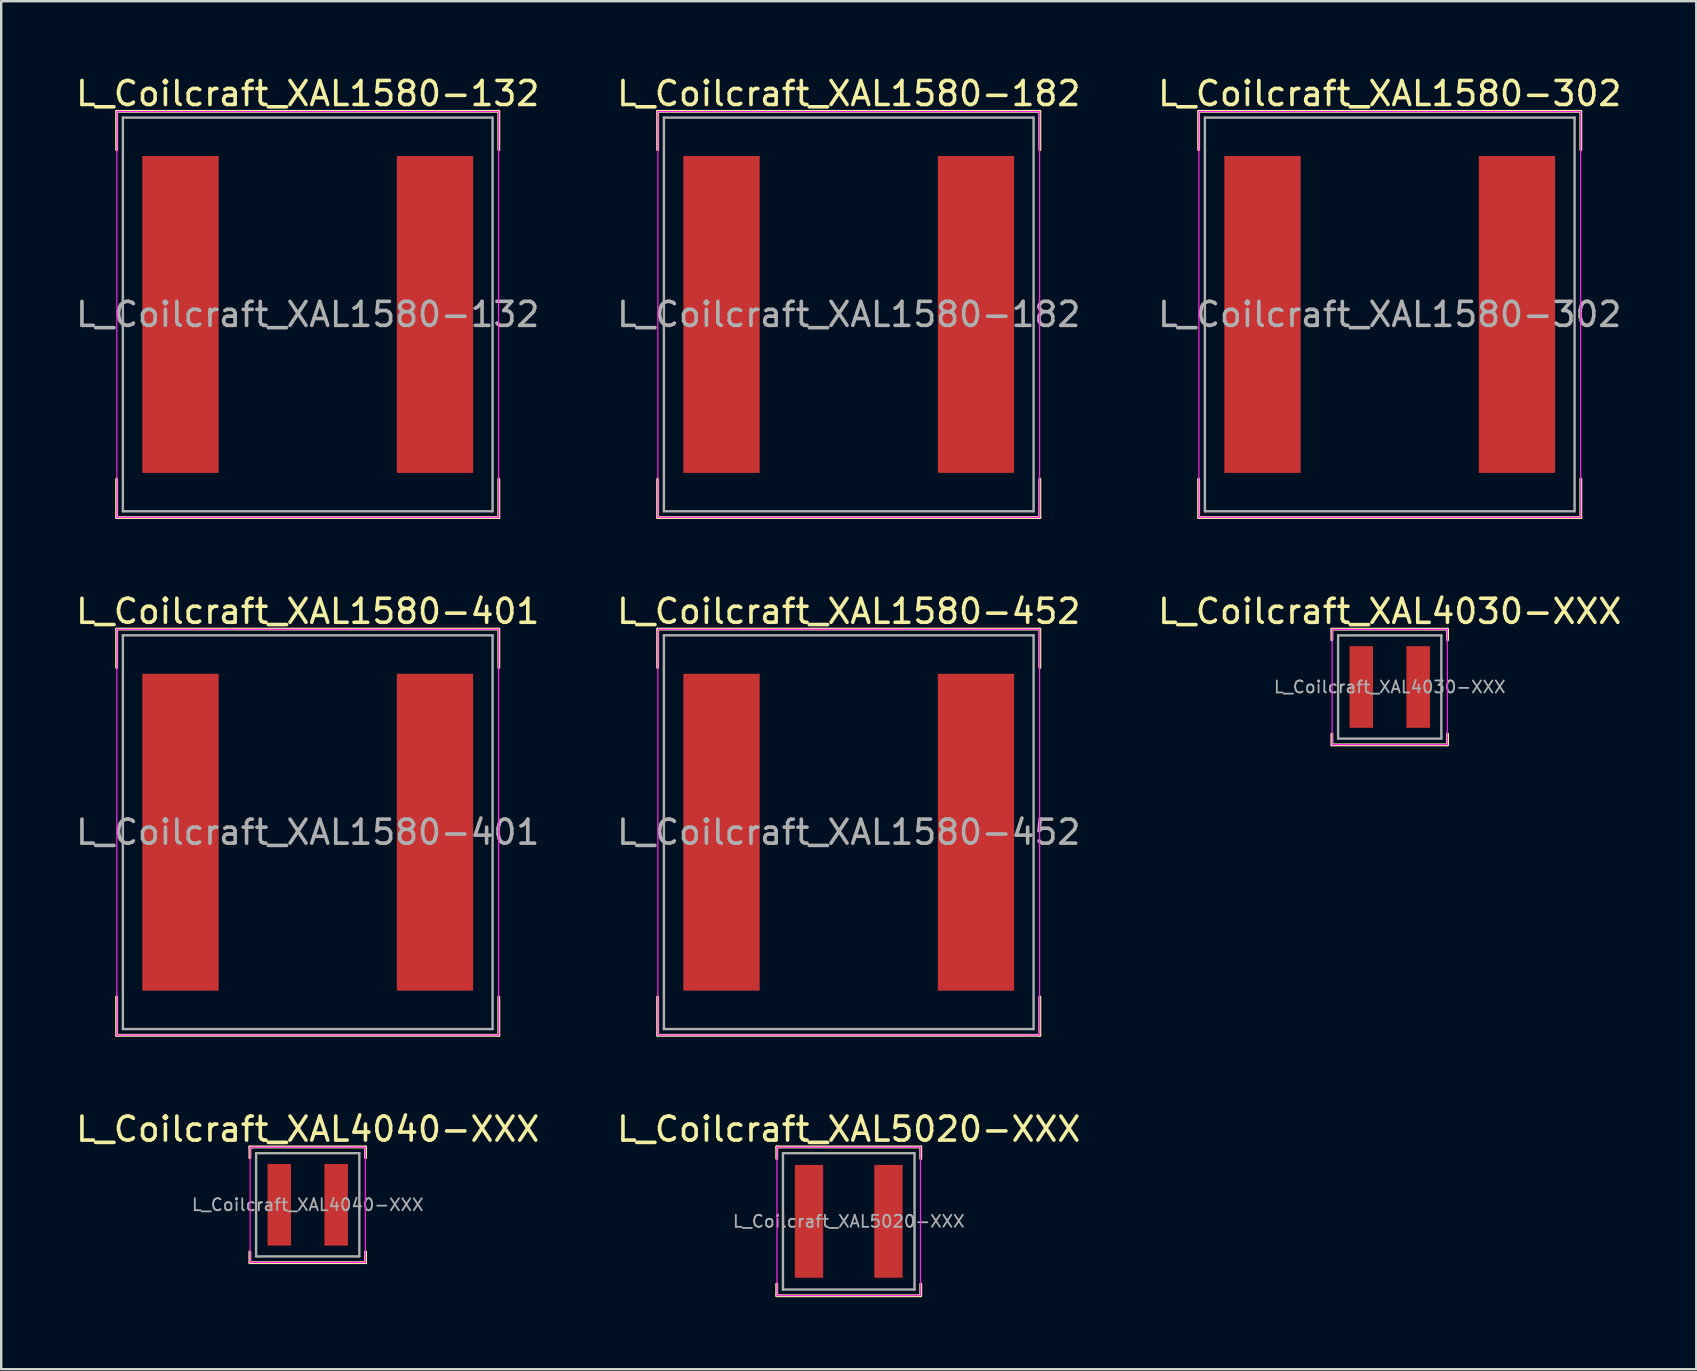
<source format=kicad_pcb>
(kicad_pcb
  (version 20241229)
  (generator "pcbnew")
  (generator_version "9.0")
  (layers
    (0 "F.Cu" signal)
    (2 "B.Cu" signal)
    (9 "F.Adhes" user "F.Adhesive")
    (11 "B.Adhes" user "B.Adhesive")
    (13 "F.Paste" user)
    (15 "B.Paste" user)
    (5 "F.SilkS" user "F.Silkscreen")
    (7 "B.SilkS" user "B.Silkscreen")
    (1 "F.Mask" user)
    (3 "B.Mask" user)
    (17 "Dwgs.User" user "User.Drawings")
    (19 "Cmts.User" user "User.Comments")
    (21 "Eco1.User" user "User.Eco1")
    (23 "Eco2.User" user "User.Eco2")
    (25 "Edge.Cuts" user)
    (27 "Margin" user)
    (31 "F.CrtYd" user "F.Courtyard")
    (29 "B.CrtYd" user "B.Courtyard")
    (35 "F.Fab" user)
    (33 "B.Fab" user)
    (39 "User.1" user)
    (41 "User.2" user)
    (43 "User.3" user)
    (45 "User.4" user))
  (footprint "L_Coilcraft_XAL4030-XXX"
    (layer "F.Cu")
    (at 54.839 25.567)
    (property "Reference" "L_Coilcraft_XAL4030-XXX" (at 0 -3.15 0) (layer "F.SilkS") (effects (font (size 1 1) (thickness 0.15))))
    (attr smd)
    (fp_line (start -2.41 -2.41) (end -2.41 -1.96) (stroke (width 0.12) (type solid)) (layer "F.SilkS"))
    (fp_line (start -2.41 -2.41) (end 2.41 -2.41) (stroke (width 0.12) (type solid)) (layer "F.SilkS"))
    (fp_line (start -2.41 2.41) (end -2.41 1.96) (stroke (width 0.12) (type solid)) (layer "F.SilkS"))
    (fp_line (start -2.41 2.41) (end 2.41 2.41) (stroke (width 0.12) (type solid)) (layer "F.SilkS"))
    (fp_line (start 2.41 -2.41) (end 2.41 -1.96) (stroke (width 0.12) (type solid)) (layer "F.SilkS"))
    (fp_line (start 2.41 2.41) (end 2.41 1.96) (stroke (width 0.12) (type solid)) (layer "F.SilkS"))
    (fp_line (start -2.4 -2.4) (end -2.4 2.4) (stroke (width 0.05) (type solid)) (layer "F.CrtYd"))
    (fp_line (start -2.4 2.4) (end 2.4 2.4) (stroke (width 0.05) (type solid)) (layer "F.CrtYd"))
    (fp_line (start 2.4 -2.4) (end -2.4 -2.4) (stroke (width 0.05) (type solid)) (layer "F.CrtYd"))
    (fp_line (start 2.4 2.4) (end 2.4 -2.4) (stroke (width 0.05) (type solid)) (layer "F.CrtYd"))
    (fp_line (start -2.15 -2.15) (end -2.15 2.15) (stroke (width 0.1) (type solid)) (layer "F.Fab"))
    (fp_line (start -2.15 2.15) (end 2.15 2.15) (stroke (width 0.1) (type solid)) (layer "F.Fab"))
    (fp_line (start 2.15 -2.15) (end -2.15 -2.15) (stroke (width 0.1) (type solid)) (layer "F.Fab"))
    (fp_line (start 2.15 2.15) (end 2.15 -2.15) (stroke (width 0.1) (type solid)) (layer "F.Fab"))
    (fp_text user "${REFERENCE}" (at 0 0 0) (layer "F.Fab") (effects (font (size 0.5 0.5) (thickness 0.075))))
    (pad "1" smd rect (at -1.185 0) (size 0.98 3.4) (layers "F.Cu" "F.Mask" "F.Paste"))
    (pad "2" smd rect (at 1.185 0) (size 0.98 3.4) (layers "F.Cu" "F.Mask" "F.Paste")))
  (footprint "L_Coilcraft_XAL1580-182"
    (layer "F.Cu")
    (at 32.304 10.048)
    (property "Reference" "L_Coilcraft_XAL1580-182" (at 0 -9.2 0) (layer "F.SilkS") (effects (font (size 1 1) (thickness 0.15))))
    (attr smd)
    (fp_line (start -7.96 -8.46) (end -7.96 -6.86) (stroke (width 0.12) (type solid)) (layer "F.SilkS"))
    (fp_line (start -7.96 -8.46) (end 7.96 -8.46) (stroke (width 0.12) (type solid)) (layer "F.SilkS"))
    (fp_line (start -7.96 8.46) (end -7.96 6.86) (stroke (width 0.12) (type solid)) (layer "F.SilkS"))
    (fp_line (start -7.96 8.46) (end 7.96 8.46) (stroke (width 0.12) (type solid)) (layer "F.SilkS"))
    (fp_line (start 7.96 -8.46) (end 7.96 -6.86) (stroke (width 0.12) (type solid)) (layer "F.SilkS"))
    (fp_line (start 7.96 8.46) (end 7.96 6.86) (stroke (width 0.12) (type solid)) (layer "F.SilkS"))
    (fp_line (start -7.95 -8.45) (end -7.95 8.45) (stroke (width 0.05) (type solid)) (layer "F.CrtYd"))
    (fp_line (start -7.95 8.45) (end 7.95 8.45) (stroke (width 0.05) (type solid)) (layer "F.CrtYd"))
    (fp_line (start 7.95 -8.45) (end -7.95 -8.45) (stroke (width 0.05) (type solid)) (layer "F.CrtYd"))
    (fp_line (start 7.95 8.45) (end 7.95 -8.45) (stroke (width 0.05) (type solid)) (layer "F.CrtYd"))
    (fp_line (start -7.7 -8.2) (end -7.7 8.2) (stroke (width 0.1) (type solid)) (layer "F.Fab"))
    (fp_line (start -7.7 8.2) (end 7.7 8.2) (stroke (width 0.1) (type solid)) (layer "F.Fab"))
    (fp_line (start 7.7 -8.2) (end -7.7 -8.2) (stroke (width 0.1) (type solid)) (layer "F.Fab"))
    (fp_line (start 7.7 8.2) (end 7.7 -8.2) (stroke (width 0.1) (type solid)) (layer "F.Fab"))
    (fp_text user "${REFERENCE}" (at 0 0 0) (layer "F.Fab") (effects (font (size 1 1) (thickness 0.15))))
    (pad "1" smd rect (at -5.3 0) (size 3.18 13.2) (layers "F.Cu" "F.Mask" "F.Paste"))
    (pad "2" smd rect (at 5.3 0) (size 3.18 13.2) (layers "F.Cu" "F.Mask" "F.Paste")))
  (footprint "L_Coilcraft_XAL1580-132"
    (layer "F.Cu")
    (at 9.768 10.048)
    (property "Reference" "L_Coilcraft_XAL1580-132" (at 0 -9.2 0) (layer "F.SilkS") (effects (font (size 1 1) (thickness 0.15))))
    (attr smd)
    (fp_line (start -7.96 -8.46) (end -7.96 -6.86) (stroke (width 0.12) (type solid)) (layer "F.SilkS"))
    (fp_line (start -7.96 -8.46) (end 7.96 -8.46) (stroke (width 0.12) (type solid)) (layer "F.SilkS"))
    (fp_line (start -7.96 8.46) (end -7.96 6.86) (stroke (width 0.12) (type solid)) (layer "F.SilkS"))
    (fp_line (start -7.96 8.46) (end 7.96 8.46) (stroke (width 0.12) (type solid)) (layer "F.SilkS"))
    (fp_line (start 7.96 -8.46) (end 7.96 -6.86) (stroke (width 0.12) (type solid)) (layer "F.SilkS"))
    (fp_line (start 7.96 8.46) (end 7.96 6.86) (stroke (width 0.12) (type solid)) (layer "F.SilkS"))
    (fp_line (start -7.95 -8.45) (end -7.95 8.45) (stroke (width 0.05) (type solid)) (layer "F.CrtYd"))
    (fp_line (start -7.95 8.45) (end 7.95 8.45) (stroke (width 0.05) (type solid)) (layer "F.CrtYd"))
    (fp_line (start 7.95 -8.45) (end -7.95 -8.45) (stroke (width 0.05) (type solid)) (layer "F.CrtYd"))
    (fp_line (start 7.95 8.45) (end 7.95 -8.45) (stroke (width 0.05) (type solid)) (layer "F.CrtYd"))
    (fp_line (start -7.7 -8.2) (end -7.7 8.2) (stroke (width 0.1) (type solid)) (layer "F.Fab"))
    (fp_line (start -7.7 8.2) (end 7.7 8.2) (stroke (width 0.1) (type solid)) (layer "F.Fab"))
    (fp_line (start 7.7 -8.2) (end -7.7 -8.2) (stroke (width 0.1) (type solid)) (layer "F.Fab"))
    (fp_line (start 7.7 8.2) (end 7.7 -8.2) (stroke (width 0.1) (type solid)) (layer "F.Fab"))
    (fp_text user "${REFERENCE}" (at 0 0 0) (layer "F.Fab") (effects (font (size 1 1) (thickness 0.15))))
    (pad "1" smd rect (at -5.3 0) (size 3.18 13.2) (layers "F.Cu" "F.Mask" "F.Paste"))
    (pad "2" smd rect (at 5.3 0) (size 3.18 13.2) (layers "F.Cu" "F.Mask" "F.Paste")))
  (footprint "L_Coilcraft_XAL4040-XXX"
    (layer "F.Cu")
    (at 9.768 47.135)
    (property "Reference" "L_Coilcraft_XAL4040-XXX" (at 0 -3.15 0) (layer "F.SilkS") (effects (font (size 1 1) (thickness 0.15))))
    (attr smd)
    (fp_line (start -2.41 -2.41) (end -2.41 -1.96) (stroke (width 0.12) (type solid)) (layer "F.SilkS"))
    (fp_line (start -2.41 -2.41) (end 2.41 -2.41) (stroke (width 0.12) (type solid)) (layer "F.SilkS"))
    (fp_line (start -2.41 2.41) (end -2.41 1.96) (stroke (width 0.12) (type solid)) (layer "F.SilkS"))
    (fp_line (start -2.41 2.41) (end 2.41 2.41) (stroke (width 0.12) (type solid)) (layer "F.SilkS"))
    (fp_line (start 2.41 -2.41) (end 2.41 -1.96) (stroke (width 0.12) (type solid)) (layer "F.SilkS"))
    (fp_line (start 2.41 2.41) (end 2.41 1.96) (stroke (width 0.12) (type solid)) (layer "F.SilkS"))
    (fp_line (start -2.4 -2.4) (end -2.4 2.4) (stroke (width 0.05) (type solid)) (layer "F.CrtYd"))
    (fp_line (start -2.4 2.4) (end 2.4 2.4) (stroke (width 0.05) (type solid)) (layer "F.CrtYd"))
    (fp_line (start 2.4 -2.4) (end -2.4 -2.4) (stroke (width 0.05) (type solid)) (layer "F.CrtYd"))
    (fp_line (start 2.4 2.4) (end 2.4 -2.4) (stroke (width 0.05) (type solid)) (layer "F.CrtYd"))
    (fp_line (start -2.15 -2.15) (end -2.15 2.15) (stroke (width 0.1) (type solid)) (layer "F.Fab"))
    (fp_line (start -2.15 2.15) (end 2.15 2.15) (stroke (width 0.1) (type solid)) (layer "F.Fab"))
    (fp_line (start 2.15 -2.15) (end -2.15 -2.15) (stroke (width 0.1) (type solid)) (layer "F.Fab"))
    (fp_line (start 2.15 2.15) (end 2.15 -2.15) (stroke (width 0.1) (type solid)) (layer "F.Fab"))
    (fp_text user "${REFERENCE}" (at 0 0 0) (layer "F.Fab") (effects (font (size 0.5 0.5) (thickness 0.075))))
    (pad "1" smd rect (at -1.185 0) (size 0.98 3.4) (layers "F.Cu" "F.Mask" "F.Paste"))
    (pad "2" smd rect (at 1.185 0) (size 0.98 3.4) (layers "F.Cu" "F.Mask" "F.Paste")))
  (footprint "L_Coilcraft_XAL1580-302"
    (layer "F.Cu")
    (at 54.839 10.048)
    (property "Reference" "L_Coilcraft_XAL1580-302" (at 0 -9.2 0) (layer "F.SilkS") (effects (font (size 1 1) (thickness 0.15))))
    (attr smd)
    (fp_line (start -7.96 -8.46) (end -7.96 -6.86) (stroke (width 0.12) (type solid)) (layer "F.SilkS"))
    (fp_line (start -7.96 -8.46) (end 7.96 -8.46) (stroke (width 0.12) (type solid)) (layer "F.SilkS"))
    (fp_line (start -7.96 8.46) (end -7.96 6.86) (stroke (width 0.12) (type solid)) (layer "F.SilkS"))
    (fp_line (start -7.96 8.46) (end 7.96 8.46) (stroke (width 0.12) (type solid)) (layer "F.SilkS"))
    (fp_line (start 7.96 -8.46) (end 7.96 -6.86) (stroke (width 0.12) (type solid)) (layer "F.SilkS"))
    (fp_line (start 7.96 8.46) (end 7.96 6.86) (stroke (width 0.12) (type solid)) (layer "F.SilkS"))
    (fp_line (start -7.95 -8.45) (end -7.95 8.45) (stroke (width 0.05) (type solid)) (layer "F.CrtYd"))
    (fp_line (start -7.95 8.45) (end 7.95 8.45) (stroke (width 0.05) (type solid)) (layer "F.CrtYd"))
    (fp_line (start 7.95 -8.45) (end -7.95 -8.45) (stroke (width 0.05) (type solid)) (layer "F.CrtYd"))
    (fp_line (start 7.95 8.45) (end 7.95 -8.45) (stroke (width 0.05) (type solid)) (layer "F.CrtYd"))
    (fp_line (start -7.7 -8.2) (end -7.7 8.2) (stroke (width 0.1) (type solid)) (layer "F.Fab"))
    (fp_line (start -7.7 8.2) (end 7.7 8.2) (stroke (width 0.1) (type solid)) (layer "F.Fab"))
    (fp_line (start 7.7 -8.2) (end -7.7 -8.2) (stroke (width 0.1) (type solid)) (layer "F.Fab"))
    (fp_line (start 7.7 8.2) (end 7.7 -8.2) (stroke (width 0.1) (type solid)) (layer "F.Fab"))
    (fp_text user "${REFERENCE}" (at 0 0 0) (layer "F.Fab") (effects (font (size 1 1) (thickness 0.15))))
    (pad "1" smd rect (at -5.3 0) (size 3.18 13.2) (layers "F.Cu" "F.Mask" "F.Paste"))
    (pad "2" smd rect (at 5.3 0) (size 3.18 13.2) (layers "F.Cu" "F.Mask" "F.Paste")))
  (footprint "L_Coilcraft_XAL1580-401"
    (layer "F.Cu")
    (at 9.768 31.616)
    (property "Reference" "L_Coilcraft_XAL1580-401" (at 0 -9.2 0) (layer "F.SilkS") (effects (font (size 1 1) (thickness 0.15))))
    (attr smd)
    (fp_line (start -7.96 -8.46) (end -7.96 -6.86) (stroke (width 0.12) (type solid)) (layer "F.SilkS"))
    (fp_line (start -7.96 -8.46) (end 7.96 -8.46) (stroke (width 0.12) (type solid)) (layer "F.SilkS"))
    (fp_line (start -7.96 8.46) (end -7.96 6.86) (stroke (width 0.12) (type solid)) (layer "F.SilkS"))
    (fp_line (start -7.96 8.46) (end 7.96 8.46) (stroke (width 0.12) (type solid)) (layer "F.SilkS"))
    (fp_line (start 7.96 -8.46) (end 7.96 -6.86) (stroke (width 0.12) (type solid)) (layer "F.SilkS"))
    (fp_line (start 7.96 8.46) (end 7.96 6.86) (stroke (width 0.12) (type solid)) (layer "F.SilkS"))
    (fp_line (start -7.95 -8.45) (end -7.95 8.45) (stroke (width 0.05) (type solid)) (layer "F.CrtYd"))
    (fp_line (start -7.95 8.45) (end 7.95 8.45) (stroke (width 0.05) (type solid)) (layer "F.CrtYd"))
    (fp_line (start 7.95 -8.45) (end -7.95 -8.45) (stroke (width 0.05) (type solid)) (layer "F.CrtYd"))
    (fp_line (start 7.95 8.45) (end 7.95 -8.45) (stroke (width 0.05) (type solid)) (layer "F.CrtYd"))
    (fp_line (start -7.7 -8.2) (end -7.7 8.2) (stroke (width 0.1) (type solid)) (layer "F.Fab"))
    (fp_line (start -7.7 8.2) (end 7.7 8.2) (stroke (width 0.1) (type solid)) (layer "F.Fab"))
    (fp_line (start 7.7 -8.2) (end -7.7 -8.2) (stroke (width 0.1) (type solid)) (layer "F.Fab"))
    (fp_line (start 7.7 8.2) (end 7.7 -8.2) (stroke (width 0.1) (type solid)) (layer "F.Fab"))
    (fp_text user "${REFERENCE}" (at 0 0 0) (layer "F.Fab") (effects (font (size 1 1) (thickness 0.15))))
    (pad "1" smd rect (at -5.3 0) (size 3.18 13.2) (layers "F.Cu" "F.Mask" "F.Paste"))
    (pad "2" smd rect (at 5.3 0) (size 3.18 13.2) (layers "F.Cu" "F.Mask" "F.Paste")))
  (footprint "L_Coilcraft_XAL5020-XXX"
    (layer "F.Cu")
    (at 32.304 47.825)
    (property "Reference" "L_Coilcraft_XAL5020-XXX" (at 0 -3.84 0) (layer "F.SilkS") (effects (font (size 1 1) (thickness 0.15))))
    (attr smd)
    (fp_line (start -3 -3.1) (end -3 -2.61) (stroke (width 0.12) (type solid)) (layer "F.SilkS"))
    (fp_line (start -3 -3.1) (end 3 -3.1) (stroke (width 0.12) (type solid)) (layer "F.SilkS"))
    (fp_line (start -3 3.1) (end -3 2.61) (stroke (width 0.12) (type solid)) (layer "F.SilkS"))
    (fp_line (start -3 3.1) (end 3 3.1) (stroke (width 0.12) (type solid)) (layer "F.SilkS"))
    (fp_line (start 3 -3.1) (end 3 -2.61) (stroke (width 0.12) (type solid)) (layer "F.SilkS"))
    (fp_line (start 3 3.1) (end 3 2.61) (stroke (width 0.12) (type solid)) (layer "F.SilkS"))
    (fp_line (start -2.99 -3.09) (end -2.99 3.09) (stroke (width 0.05) (type solid)) (layer "F.CrtYd"))
    (fp_line (start -2.99 3.09) (end 2.99 3.09) (stroke (width 0.05) (type solid)) (layer "F.CrtYd"))
    (fp_line (start 2.99 -3.09) (end -2.99 -3.09) (stroke (width 0.05) (type solid)) (layer "F.CrtYd"))
    (fp_line (start 2.99 3.09) (end 2.99 -3.09) (stroke (width 0.05) (type solid)) (layer "F.CrtYd"))
    (fp_line (start -2.74 -2.84) (end -2.74 2.84) (stroke (width 0.1) (type solid)) (layer "F.Fab"))
    (fp_line (start -2.74 2.84) (end 2.74 2.84) (stroke (width 0.1) (type solid)) (layer "F.Fab"))
    (fp_line (start 2.74 -2.84) (end -2.74 -2.84) (stroke (width 0.1) (type solid)) (layer "F.Fab"))
    (fp_line (start 2.74 2.84) (end 2.74 -2.84) (stroke (width 0.1) (type solid)) (layer "F.Fab"))
    (fp_text user "${REFERENCE}" (at 0 0 0) (layer "F.Fab") (effects (font (size 0.5 0.5) (thickness 0.075))))
    (pad "1" smd rect (at -1.655 0) (size 1.18 4.7) (layers "F.Cu" "F.Mask" "F.Paste"))
    (pad "2" smd rect (at 1.655 0) (size 1.18 4.7) (layers "F.Cu" "F.Mask" "F.Paste")))
  (footprint "L_Coilcraft_XAL1580-452"
    (layer "F.Cu")
    (at 32.304 31.616)
    (property "Reference" "L_Coilcraft_XAL1580-452" (at 0 -9.2 0) (layer "F.SilkS") (effects (font (size 1 1) (thickness 0.15))))
    (attr smd)
    (fp_line (start -7.96 -8.46) (end -7.96 -6.86) (stroke (width 0.12) (type solid)) (layer "F.SilkS"))
    (fp_line (start -7.96 -8.46) (end 7.96 -8.46) (stroke (width 0.12) (type solid)) (layer "F.SilkS"))
    (fp_line (start -7.96 8.46) (end -7.96 6.86) (stroke (width 0.12) (type solid)) (layer "F.SilkS"))
    (fp_line (start -7.96 8.46) (end 7.96 8.46) (stroke (width 0.12) (type solid)) (layer "F.SilkS"))
    (fp_line (start 7.96 -8.46) (end 7.96 -6.86) (stroke (width 0.12) (type solid)) (layer "F.SilkS"))
    (fp_line (start 7.96 8.46) (end 7.96 6.86) (stroke (width 0.12) (type solid)) (layer "F.SilkS"))
    (fp_line (start -7.95 -8.45) (end -7.95 8.45) (stroke (width 0.05) (type solid)) (layer "F.CrtYd"))
    (fp_line (start -7.95 8.45) (end 7.95 8.45) (stroke (width 0.05) (type solid)) (layer "F.CrtYd"))
    (fp_line (start 7.95 -8.45) (end -7.95 -8.45) (stroke (width 0.05) (type solid)) (layer "F.CrtYd"))
    (fp_line (start 7.95 8.45) (end 7.95 -8.45) (stroke (width 0.05) (type solid)) (layer "F.CrtYd"))
    (fp_line (start -7.7 -8.2) (end -7.7 8.2) (stroke (width 0.1) (type solid)) (layer "F.Fab"))
    (fp_line (start -7.7 8.2) (end 7.7 8.2) (stroke (width 0.1) (type solid)) (layer "F.Fab"))
    (fp_line (start 7.7 -8.2) (end -7.7 -8.2) (stroke (width 0.1) (type solid)) (layer "F.Fab"))
    (fp_line (start 7.7 8.2) (end 7.7 -8.2) (stroke (width 0.1) (type solid)) (layer "F.Fab"))
    (fp_text user "${REFERENCE}" (at 0 0 0) (layer "F.Fab") (effects (font (size 1 1) (thickness 0.15))))
    (pad "1" smd rect (at -5.3 0) (size 3.18 13.2) (layers "F.Cu" "F.Mask" "F.Paste"))
    (pad "2" smd rect (at 5.3 0) (size 3.18 13.2) (layers "F.Cu" "F.Mask" "F.Paste")))
  (gr_rect
    (start -3 -3)
    (end 67.607 53.985)
    (stroke (width 0.1) (type default))
    (fill no)
    (layer "Edge.Cuts")))
</source>
